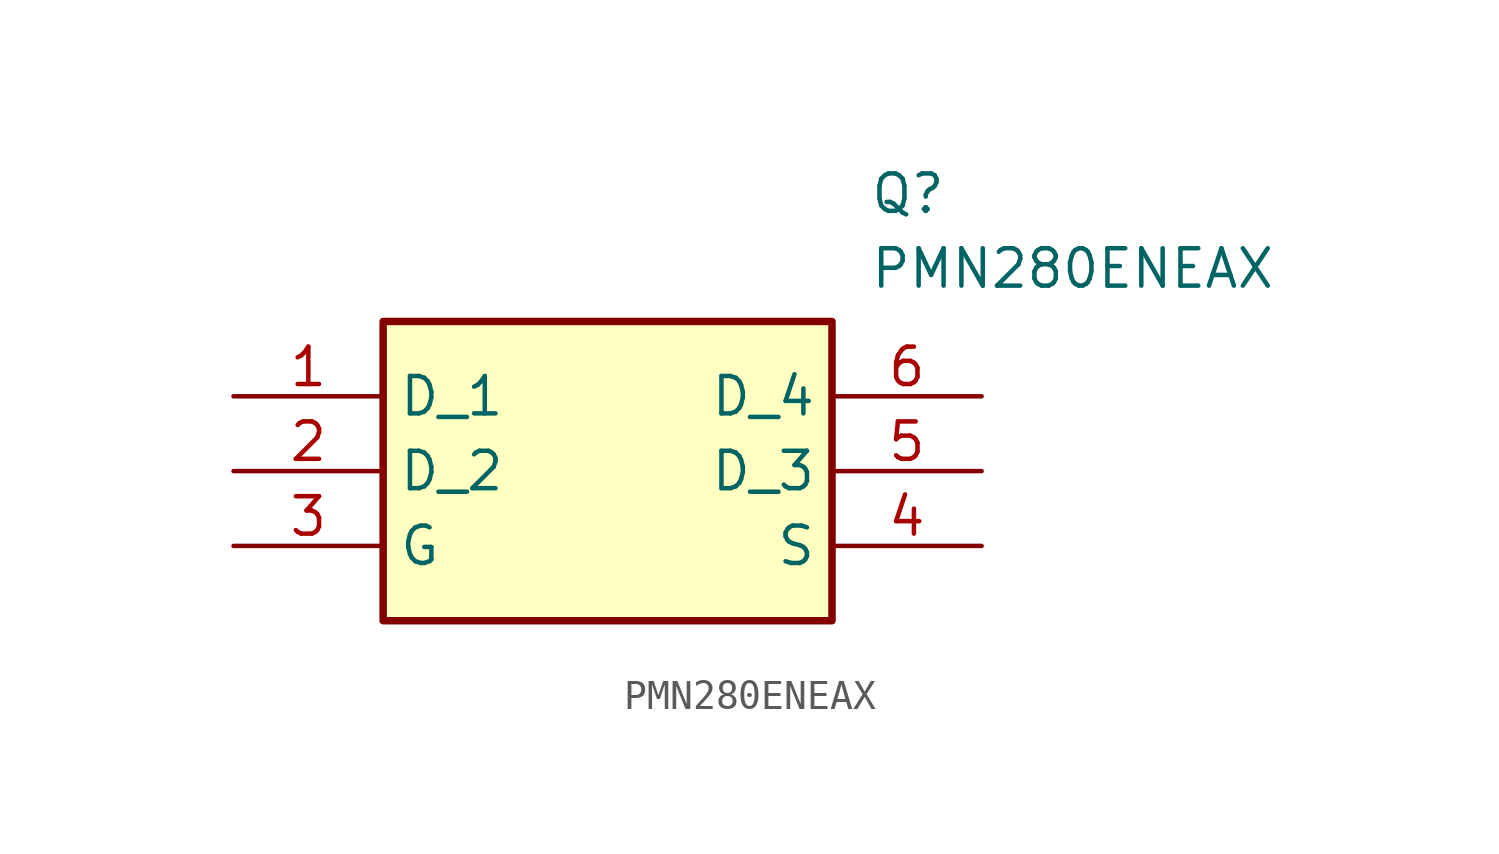
<source format=kicad_sym>
(kicad_symbol_lib
  (version 20211014)
  (generator SamacSys_ECAD_Model)
  (symbol "PMN280ENEAX"
    (property "Reference" "Q"
      (at 21.59 7.62 0)
      (effects (font (size 1.27 1.27)) (justify left top)))
    (property "Value" "PMN280ENEAX"
      (at 21.59 5.08 0)
      (effects (font (size 1.27 1.27)) (justify left top)))
    (rectangle
      (start 5.08 2.54)
      (end 20.32 -7.62)
      (stroke (width 0.254) (type default))
      (fill (type background)))
    (pin passive line
      (at 0 0 0)
      (length 5.08)
      (name "D_1" (effects (font (size 1.27 1.27))))
      (number "1" (effects (font (size 1.27 1.27)))))
    (pin passive line
      (at 0 -2.54 0)
      (length 5.08)
      (name "D_2" (effects (font (size 1.27 1.27))))
      (number "2" (effects (font (size 1.27 1.27)))))
    (pin passive line
      (at 0 -5.08 0)
      (length 5.08)
      (name "G" (effects (font (size 1.27 1.27))))
      (number "3" (effects (font (size 1.27 1.27)))))
    (pin passive line
      (at 25.4 -5.08 180)
      (length 5.08)
      (name "S" (effects (font (size 1.27 1.27))))
      (number "4" (effects (font (size 1.27 1.27)))))
    (pin passive line
      (at 25.4 -2.54 180)
      (length 5.08)
      (name "D_3" (effects (font (size 1.27 1.27))))
      (number "5" (effects (font (size 1.27 1.27)))))
    (pin passive line
      (at 25.4 0 180)
      (length 5.08)
      (name "D_4" (effects (font (size 1.27 1.27))))
      (number "6" (effects (font (size 1.27 1.27)))))))
</source>
